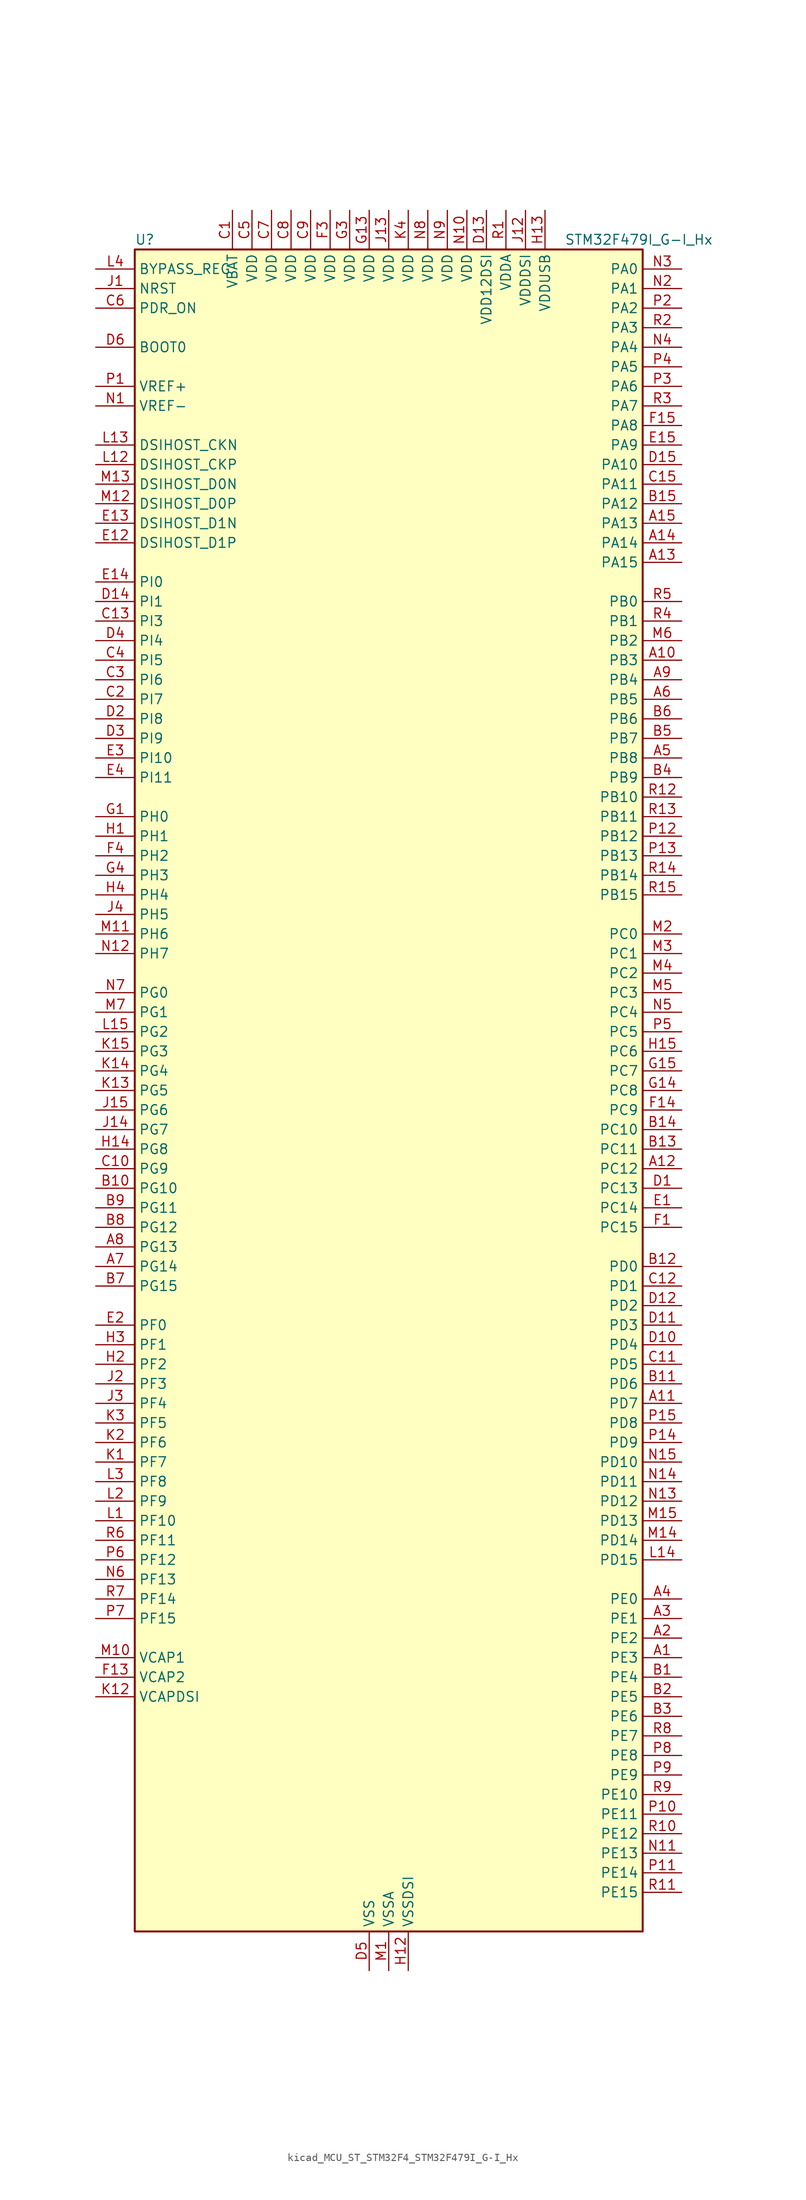
<source format=kicad_sym>
(kicad_symbol_lib
  (version 20220914)
  (generator kicad_symbol_editor)
  (symbol "kicad_MCU_ST_STM32F4_STM32F479I_G-I_Hx"
    (property "Reference" "U"
      (at -33.02 110.49 0)
      (effects (font (size 1.27 1.27)) (justify left)))
    (property "Value" "STM32F479I_G-I_Hx"
      (at 22.86 110.49 0)
      (effects (font (size 1.27 1.27)) (justify left)))
    (property "ki_locked" ""
      (at 0 0 0)
      (effects (font (size 1.27 1.27))))
    (symbol "kicad_MCU_ST_STM32F4_STM32F479I_G-I_Hx_0_1"
      (rectangle (start -33.02 -109.22) (end 33.02 109.22) (stroke (width 0.254) (type default)) (fill (type background))))
    (symbol "kicad_MCU_ST_STM32F4_STM32F479I_G-I_Hx_1_1"
      (pin bidirectional line (at 38.1 -73.66 180) (length 5.08) (name "PE3" (effects (font (size 1.27 1.27)))) (number "A1" (effects (font (size 1.27 1.27)))) (alternate "FMC_A19" bidirectional line) (alternate "SAI1_SD_B" bidirectional line) (alternate "SYS_TRACED0" bidirectional line))
      (pin bidirectional line (at 38.1 55.88 180) (length 5.08) (name "PB3" (effects (font (size 1.27 1.27)))) (number "A10" (effects (font (size 1.27 1.27)))) (alternate "I2S3_CK" bidirectional line) (alternate "SPI1_SCK" bidirectional line) (alternate "SPI3_SCK" bidirectional line) (alternate "SYS_JTDO-SWO" bidirectional line) (alternate "TIM2_CH2" bidirectional line))
      (pin bidirectional line (at 38.1 -40.64 180) (length 5.08) (name "PD7" (effects (font (size 1.27 1.27)))) (number "A11" (effects (font (size 1.27 1.27)))) (alternate "FMC_NE1" bidirectional line) (alternate "USART2_CK" bidirectional line))
      (pin bidirectional line (at 38.1 -10.16 180) (length 5.08) (name "PC12" (effects (font (size 1.27 1.27)))) (number "A12" (effects (font (size 1.27 1.27)))) (alternate "DCMI_D9" bidirectional line) (alternate "I2S3_SD" bidirectional line) (alternate "SDIO_CK" bidirectional line) (alternate "SPI3_MOSI" bidirectional line) (alternate "SYS_TRACED3" bidirectional line) (alternate "UART5_TX" bidirectional line) (alternate "USART3_CK" bidirectional line))
      (pin bidirectional line (at 38.1 68.58 180) (length 5.08) (name "PA15" (effects (font (size 1.27 1.27)))) (number "A13" (effects (font (size 1.27 1.27)))) (alternate "ADC1_EXTI15" bidirectional line) (alternate "ADC2_EXTI15" bidirectional line) (alternate "ADC3_EXTI15" bidirectional line) (alternate "I2S3_WS" bidirectional line) (alternate "SPI1_NSS" bidirectional line) (alternate "SPI3_NSS" bidirectional line) (alternate "SYS_JTDI" bidirectional line) (alternate "TIM2_CH1" bidirectional line) (alternate "TIM2_ETR" bidirectional line))
      (pin bidirectional line (at 38.1 71.12 180) (length 5.08) (name "PA14" (effects (font (size 1.27 1.27)))) (number "A14" (effects (font (size 1.27 1.27)))) (alternate "SYS_JTCK-SWCLK" bidirectional line))
      (pin bidirectional line (at 38.1 73.66 180) (length 5.08) (name "PA13" (effects (font (size 1.27 1.27)))) (number "A15" (effects (font (size 1.27 1.27)))) (alternate "SYS_JTMS-SWDIO" bidirectional line))
      (pin bidirectional line (at 38.1 -71.12 180) (length 5.08) (name "PE2" (effects (font (size 1.27 1.27)))) (number "A2" (effects (font (size 1.27 1.27)))) (alternate "ETH_TXD3" bidirectional line) (alternate "FMC_A23" bidirectional line) (alternate "QUADSPI_BK1_IO2" bidirectional line) (alternate "SAI1_MCLK_A" bidirectional line) (alternate "SPI4_SCK" bidirectional line) (alternate "SYS_TRACECLK" bidirectional line))
      (pin bidirectional line (at 38.1 -68.58 180) (length 5.08) (name "PE1" (effects (font (size 1.27 1.27)))) (number "A3" (effects (font (size 1.27 1.27)))) (alternate "DCMI_D3" bidirectional line) (alternate "FMC_NBL1" bidirectional line) (alternate "UART8_TX" bidirectional line))
      (pin bidirectional line (at 38.1 -66.04 180) (length 5.08) (name "PE0" (effects (font (size 1.27 1.27)))) (number "A4" (effects (font (size 1.27 1.27)))) (alternate "DCMI_D2" bidirectional line) (alternate "FMC_NBL0" bidirectional line) (alternate "TIM4_ETR" bidirectional line) (alternate "UART8_RX" bidirectional line))
      (pin bidirectional line (at 38.1 43.18 180) (length 5.08) (name "PB8" (effects (font (size 1.27 1.27)))) (number "A5" (effects (font (size 1.27 1.27)))) (alternate "CAN1_RX" bidirectional line) (alternate "DCMI_D6" bidirectional line) (alternate "ETH_TXD3" bidirectional line) (alternate "I2C1_SCL" bidirectional line) (alternate "LTDC_B6" bidirectional line) (alternate "SDIO_D4" bidirectional line) (alternate "TIM10_CH1" bidirectional line) (alternate "TIM4_CH3" bidirectional line))
      (pin bidirectional line (at 38.1 50.8 180) (length 5.08) (name "PB5" (effects (font (size 1.27 1.27)))) (number "A6" (effects (font (size 1.27 1.27)))) (alternate "CAN2_RX" bidirectional line) (alternate "DCMI_D10" bidirectional line) (alternate "ETH_PPS_OUT" bidirectional line) (alternate "FMC_SDCKE1" bidirectional line) (alternate "I2C1_SMBA" bidirectional line) (alternate "I2S3_SD" bidirectional line) (alternate "LTDC_G7" bidirectional line) (alternate "SPI1_MOSI" bidirectional line) (alternate "SPI3_MOSI" bidirectional line) (alternate "TIM3_CH2" bidirectional line) (alternate "USB_OTG_HS_ULPI_D7" bidirectional line))
      (pin bidirectional line (at -38.1 -22.86 0) (length 5.08) (name "PG14" (effects (font (size 1.27 1.27)))) (number "A7" (effects (font (size 1.27 1.27)))) (alternate "ETH_TXD1" bidirectional line) (alternate "FMC_A25" bidirectional line) (alternate "LTDC_B0" bidirectional line) (alternate "QUADSPI_BK2_IO3" bidirectional line) (alternate "SPI6_MOSI" bidirectional line) (alternate "SYS_TRACED1" bidirectional line) (alternate "USART6_TX" bidirectional line))
      (pin bidirectional line (at -38.1 -20.32 0) (length 5.08) (name "PG13" (effects (font (size 1.27 1.27)))) (number "A8" (effects (font (size 1.27 1.27)))) (alternate "ETH_TXD0" bidirectional line) (alternate "FMC_A24" bidirectional line) (alternate "LTDC_R0" bidirectional line) (alternate "SPI6_SCK" bidirectional line) (alternate "SYS_TRACED0" bidirectional line) (alternate "USART6_CTS" bidirectional line))
      (pin bidirectional line (at 38.1 53.34 180) (length 5.08) (name "PB4" (effects (font (size 1.27 1.27)))) (number "A9" (effects (font (size 1.27 1.27)))) (alternate "I2S3_ext_SD" bidirectional line) (alternate "SPI1_MISO" bidirectional line) (alternate "SPI3_MISO" bidirectional line) (alternate "SYS_JTRST" bidirectional line) (alternate "TIM3_CH1" bidirectional line))
      (pin bidirectional line (at 38.1 -76.2 180) (length 5.08) (name "PE4" (effects (font (size 1.27 1.27)))) (number "B1" (effects (font (size 1.27 1.27)))) (alternate "DCMI_D4" bidirectional line) (alternate "FMC_A20" bidirectional line) (alternate "LTDC_B0" bidirectional line) (alternate "SAI1_FS_A" bidirectional line) (alternate "SPI4_NSS" bidirectional line) (alternate "SYS_TRACED1" bidirectional line))
      (pin bidirectional line (at -38.1 -12.7 0) (length 5.08) (name "PG10" (effects (font (size 1.27 1.27)))) (number "B10" (effects (font (size 1.27 1.27)))) (alternate "DCMI_D2" bidirectional line) (alternate "FMC_NE3" bidirectional line) (alternate "LTDC_B2" bidirectional line) (alternate "LTDC_G3" bidirectional line))
      (pin bidirectional line (at 38.1 -38.1 180) (length 5.08) (name "PD6" (effects (font (size 1.27 1.27)))) (number "B11" (effects (font (size 1.27 1.27)))) (alternate "DCMI_D10" bidirectional line) (alternate "FMC_NWAIT" bidirectional line) (alternate "I2S3_SD" bidirectional line) (alternate "LTDC_B2" bidirectional line) (alternate "SAI1_SD_A" bidirectional line) (alternate "SPI3_MOSI" bidirectional line) (alternate "USART2_RX" bidirectional line))
      (pin bidirectional line (at 38.1 -22.86 180) (length 5.08) (name "PD0" (effects (font (size 1.27 1.27)))) (number "B12" (effects (font (size 1.27 1.27)))) (alternate "CAN1_RX" bidirectional line) (alternate "FMC_D2" bidirectional line) (alternate "FMC_DA2" bidirectional line))
      (pin bidirectional line (at 38.1 -7.62 180) (length 5.08) (name "PC11" (effects (font (size 1.27 1.27)))) (number "B13" (effects (font (size 1.27 1.27)))) (alternate "ADC1_EXTI11" bidirectional line) (alternate "ADC2_EXTI11" bidirectional line) (alternate "ADC3_EXTI11" bidirectional line) (alternate "DCMI_D4" bidirectional line) (alternate "I2S3_ext_SD" bidirectional line) (alternate "QUADSPI_BK2_NCS" bidirectional line) (alternate "SDIO_D3" bidirectional line) (alternate "SPI3_MISO" bidirectional line) (alternate "UART4_RX" bidirectional line) (alternate "USART3_RX" bidirectional line))
      (pin bidirectional line (at 38.1 -5.08 180) (length 5.08) (name "PC10" (effects (font (size 1.27 1.27)))) (number "B14" (effects (font (size 1.27 1.27)))) (alternate "DCMI_D8" bidirectional line) (alternate "I2S3_CK" bidirectional line) (alternate "LTDC_R2" bidirectional line) (alternate "QUADSPI_BK1_IO1" bidirectional line) (alternate "SDIO_D2" bidirectional line) (alternate "SPI3_SCK" bidirectional line) (alternate "UART4_TX" bidirectional line) (alternate "USART3_TX" bidirectional line))
      (pin bidirectional line (at 38.1 76.2 180) (length 5.08) (name "PA12" (effects (font (size 1.27 1.27)))) (number "B15" (effects (font (size 1.27 1.27)))) (alternate "CAN1_TX" bidirectional line) (alternate "LTDC_R5" bidirectional line) (alternate "TIM1_ETR" bidirectional line) (alternate "USART1_RTS" bidirectional line) (alternate "USB_OTG_FS_DP" bidirectional line))
      (pin bidirectional line (at 38.1 -78.74 180) (length 5.08) (name "PE5" (effects (font (size 1.27 1.27)))) (number "B2" (effects (font (size 1.27 1.27)))) (alternate "DCMI_D6" bidirectional line) (alternate "FMC_A21" bidirectional line) (alternate "LTDC_G0" bidirectional line) (alternate "SAI1_SCK_A" bidirectional line) (alternate "SPI4_MISO" bidirectional line) (alternate "SYS_TRACED2" bidirectional line) (alternate "TIM9_CH1" bidirectional line))
      (pin bidirectional line (at 38.1 -81.28 180) (length 5.08) (name "PE6" (effects (font (size 1.27 1.27)))) (number "B3" (effects (font (size 1.27 1.27)))) (alternate "DCMI_D7" bidirectional line) (alternate "FMC_A22" bidirectional line) (alternate "LTDC_G1" bidirectional line) (alternate "SAI1_SD_A" bidirectional line) (alternate "SPI4_MOSI" bidirectional line) (alternate "SYS_TRACED3" bidirectional line) (alternate "TIM9_CH2" bidirectional line))
      (pin bidirectional line (at 38.1 40.64 180) (length 5.08) (name "PB9" (effects (font (size 1.27 1.27)))) (number "B4" (effects (font (size 1.27 1.27)))) (alternate "CAN1_TX" bidirectional line) (alternate "DAC_EXTI9" bidirectional line) (alternate "DCMI_D7" bidirectional line) (alternate "I2C1_SDA" bidirectional line) (alternate "I2S2_WS" bidirectional line) (alternate "LTDC_B7" bidirectional line) (alternate "SDIO_D5" bidirectional line) (alternate "SPI2_NSS" bidirectional line) (alternate "TIM11_CH1" bidirectional line) (alternate "TIM4_CH4" bidirectional line))
      (pin bidirectional line (at 38.1 45.72 180) (length 5.08) (name "PB7" (effects (font (size 1.27 1.27)))) (number "B5" (effects (font (size 1.27 1.27)))) (alternate "DCMI_VSYNC" bidirectional line) (alternate "FMC_NL" bidirectional line) (alternate "I2C1_SDA" bidirectional line) (alternate "TIM4_CH2" bidirectional line) (alternate "USART1_RX" bidirectional line))
      (pin bidirectional line (at 38.1 48.26 180) (length 5.08) (name "PB6" (effects (font (size 1.27 1.27)))) (number "B6" (effects (font (size 1.27 1.27)))) (alternate "CAN2_TX" bidirectional line) (alternate "DCMI_D5" bidirectional line) (alternate "FMC_SDNE1" bidirectional line) (alternate "I2C1_SCL" bidirectional line) (alternate "QUADSPI_BK1_NCS" bidirectional line) (alternate "TIM4_CH1" bidirectional line) (alternate "USART1_TX" bidirectional line))
      (pin bidirectional line (at -38.1 -25.4 0) (length 5.08) (name "PG15" (effects (font (size 1.27 1.27)))) (number "B7" (effects (font (size 1.27 1.27)))) (alternate "ADC1_EXTI15" bidirectional line) (alternate "ADC2_EXTI15" bidirectional line) (alternate "ADC3_EXTI15" bidirectional line) (alternate "DCMI_D13" bidirectional line) (alternate "FMC_SDNCAS" bidirectional line) (alternate "USART6_CTS" bidirectional line))
      (pin bidirectional line (at -38.1 -17.78 0) (length 5.08) (name "PG12" (effects (font (size 1.27 1.27)))) (number "B8" (effects (font (size 1.27 1.27)))) (alternate "FMC_NE4" bidirectional line) (alternate "LTDC_B1" bidirectional line) (alternate "LTDC_B4" bidirectional line) (alternate "SPI6_MISO" bidirectional line) (alternate "USART6_RTS" bidirectional line))
      (pin bidirectional line (at -38.1 -15.24 0) (length 5.08) (name "PG11" (effects (font (size 1.27 1.27)))) (number "B9" (effects (font (size 1.27 1.27)))) (alternate "ADC1_EXTI11" bidirectional line) (alternate "ADC2_EXTI11" bidirectional line) (alternate "ADC3_EXTI11" bidirectional line) (alternate "DCMI_D3" bidirectional line) (alternate "ETH_TX_EN" bidirectional line) (alternate "LTDC_B3" bidirectional line))
      (pin power_in line (at -20.32 114.3 270) (length 5.08) (name "VBAT" (effects (font (size 1.27 1.27)))) (number "C1" (effects (font (size 1.27 1.27)))))
      (pin bidirectional line (at -38.1 -10.16 0) (length 5.08) (name "PG9" (effects (font (size 1.27 1.27)))) (number "C10" (effects (font (size 1.27 1.27)))) (alternate "DAC_EXTI9" bidirectional line) (alternate "DCMI_VSYNC" bidirectional line) (alternate "FMC_NCE" bidirectional line) (alternate "FMC_NE2" bidirectional line) (alternate "QUADSPI_BK2_IO2" bidirectional line) (alternate "USART6_RX" bidirectional line))
      (pin bidirectional line (at 38.1 -35.56 180) (length 5.08) (name "PD5" (effects (font (size 1.27 1.27)))) (number "C11" (effects (font (size 1.27 1.27)))) (alternate "FMC_NWE" bidirectional line) (alternate "USART2_TX" bidirectional line))
      (pin bidirectional line (at 38.1 -25.4 180) (length 5.08) (name "PD1" (effects (font (size 1.27 1.27)))) (number "C12" (effects (font (size 1.27 1.27)))) (alternate "CAN1_TX" bidirectional line) (alternate "FMC_D3" bidirectional line) (alternate "FMC_DA3" bidirectional line))
      (pin bidirectional line (at -38.1 60.96 0) (length 5.08) (name "PI3" (effects (font (size 1.27 1.27)))) (number "C13" (effects (font (size 1.27 1.27)))) (alternate "DCMI_D10" bidirectional line) (alternate "FMC_D27" bidirectional line) (alternate "I2S2_SD" bidirectional line) (alternate "SPI2_MOSI" bidirectional line) (alternate "TIM8_ETR" bidirectional line))
      (pin no_connect line (at -33.02 -109.22 0) (length 5.08) hide (name "NC" (effects (font (size 1.27 1.27)))) (number "C14" (effects (font (size 1.27 1.27)))))
      (pin bidirectional line (at 38.1 78.74 180) (length 5.08) (name "PA11" (effects (font (size 1.27 1.27)))) (number "C15" (effects (font (size 1.27 1.27)))) (alternate "ADC1_EXTI11" bidirectional line) (alternate "ADC2_EXTI11" bidirectional line) (alternate "ADC3_EXTI11" bidirectional line) (alternate "CAN1_RX" bidirectional line) (alternate "LTDC_R4" bidirectional line) (alternate "TIM1_CH4" bidirectional line) (alternate "USART1_CTS" bidirectional line) (alternate "USB_OTG_FS_DM" bidirectional line))
      (pin bidirectional line (at -38.1 50.8 0) (length 5.08) (name "PI7" (effects (font (size 1.27 1.27)))) (number "C2" (effects (font (size 1.27 1.27)))) (alternate "DCMI_D7" bidirectional line) (alternate "FMC_D29" bidirectional line) (alternate "LTDC_B7" bidirectional line) (alternate "TIM8_CH3" bidirectional line))
      (pin bidirectional line (at -38.1 53.34 0) (length 5.08) (name "PI6" (effects (font (size 1.27 1.27)))) (number "C3" (effects (font (size 1.27 1.27)))) (alternate "DCMI_D6" bidirectional line) (alternate "FMC_D28" bidirectional line) (alternate "LTDC_B6" bidirectional line) (alternate "TIM8_CH2" bidirectional line))
      (pin bidirectional line (at -38.1 55.88 0) (length 5.08) (name "PI5" (effects (font (size 1.27 1.27)))) (number "C4" (effects (font (size 1.27 1.27)))) (alternate "DCMI_VSYNC" bidirectional line) (alternate "FMC_NBL3" bidirectional line) (alternate "LTDC_B5" bidirectional line) (alternate "TIM8_CH1" bidirectional line))
      (pin power_in line (at -17.78 114.3 270) (length 5.08) (name "VDD" (effects (font (size 1.27 1.27)))) (number "C5" (effects (font (size 1.27 1.27)))))
      (pin input line (at -38.1 101.6 0) (length 5.08) (name "PDR_ON" (effects (font (size 1.27 1.27)))) (number "C6" (effects (font (size 1.27 1.27)))))
      (pin power_in line (at -15.24 114.3 270) (length 5.08) (name "VDD" (effects (font (size 1.27 1.27)))) (number "C7" (effects (font (size 1.27 1.27)))))
      (pin power_in line (at -12.7 114.3 270) (length 5.08) (name "VDD" (effects (font (size 1.27 1.27)))) (number "C8" (effects (font (size 1.27 1.27)))))
      (pin power_in line (at -10.16 114.3 270) (length 5.08) (name "VDD" (effects (font (size 1.27 1.27)))) (number "C9" (effects (font (size 1.27 1.27)))))
      (pin bidirectional line (at 38.1 -12.7 180) (length 5.08) (name "PC13" (effects (font (size 1.27 1.27)))) (number "D1" (effects (font (size 1.27 1.27)))) (alternate "RTC_AF1" bidirectional line))
      (pin bidirectional line (at 38.1 -33.02 180) (length 5.08) (name "PD4" (effects (font (size 1.27 1.27)))) (number "D10" (effects (font (size 1.27 1.27)))) (alternate "FMC_NOE" bidirectional line) (alternate "USART2_RTS" bidirectional line))
      (pin bidirectional line (at 38.1 -30.48 180) (length 5.08) (name "PD3" (effects (font (size 1.27 1.27)))) (number "D11" (effects (font (size 1.27 1.27)))) (alternate "DCMI_D5" bidirectional line) (alternate "FMC_CLK" bidirectional line) (alternate "I2S2_CK" bidirectional line) (alternate "LTDC_G7" bidirectional line) (alternate "SPI2_SCK" bidirectional line) (alternate "USART2_CTS" bidirectional line))
      (pin bidirectional line (at 38.1 -27.94 180) (length 5.08) (name "PD2" (effects (font (size 1.27 1.27)))) (number "D12" (effects (font (size 1.27 1.27)))) (alternate "DCMI_D11" bidirectional line) (alternate "SDIO_CMD" bidirectional line) (alternate "SYS_TRACED2" bidirectional line) (alternate "TIM3_ETR" bidirectional line) (alternate "UART5_RX" bidirectional line))
      (pin power_in line (at 12.7 114.3 270) (length 5.08) (name "VDD12DSI" (effects (font (size 1.27 1.27)))) (number "D13" (effects (font (size 1.27 1.27)))))
      (pin bidirectional line (at -38.1 63.5 0) (length 5.08) (name "PI1" (effects (font (size 1.27 1.27)))) (number "D14" (effects (font (size 1.27 1.27)))) (alternate "DCMI_D8" bidirectional line) (alternate "FMC_D25" bidirectional line) (alternate "I2S2_CK" bidirectional line) (alternate "LTDC_G6" bidirectional line) (alternate "SPI2_SCK" bidirectional line))
      (pin bidirectional line (at 38.1 81.28 180) (length 5.08) (name "PA10" (effects (font (size 1.27 1.27)))) (number "D15" (effects (font (size 1.27 1.27)))) (alternate "DCMI_D1" bidirectional line) (alternate "TIM1_CH3" bidirectional line) (alternate "USART1_RX" bidirectional line) (alternate "USB_OTG_FS_ID" bidirectional line))
      (pin bidirectional line (at -38.1 48.26 0) (length 5.08) (name "PI8" (effects (font (size 1.27 1.27)))) (number "D2" (effects (font (size 1.27 1.27)))) (alternate "RTC_AF1" bidirectional line) (alternate "RTC_AF2" bidirectional line))
      (pin bidirectional line (at -38.1 45.72 0) (length 5.08) (name "PI9" (effects (font (size 1.27 1.27)))) (number "D3" (effects (font (size 1.27 1.27)))) (alternate "CAN1_RX" bidirectional line) (alternate "DAC_EXTI9" bidirectional line) (alternate "FMC_D30" bidirectional line) (alternate "LTDC_VSYNC" bidirectional line))
      (pin bidirectional line (at -38.1 58.42 0) (length 5.08) (name "PI4" (effects (font (size 1.27 1.27)))) (number "D4" (effects (font (size 1.27 1.27)))) (alternate "DCMI_D5" bidirectional line) (alternate "FMC_NBL2" bidirectional line) (alternate "LTDC_B4" bidirectional line) (alternate "TIM8_BKIN" bidirectional line))
      (pin power_in line (at -2.54 -114.3 90) (length 5.08) (name "VSS" (effects (font (size 1.27 1.27)))) (number "D5" (effects (font (size 1.27 1.27)))))
      (pin input line (at -38.1 96.52 0) (length 5.08) (name "BOOT0" (effects (font (size 1.27 1.27)))) (number "D6" (effects (font (size 1.27 1.27)))))
      (pin passive line (at -2.54 -114.3 90) (length 5.08) hide (name "VSS" (effects (font (size 1.27 1.27)))) (number "D7" (effects (font (size 1.27 1.27)))))
      (pin passive line (at -2.54 -114.3 90) (length 5.08) hide (name "VSS" (effects (font (size 1.27 1.27)))) (number "D8" (effects (font (size 1.27 1.27)))))
      (pin passive line (at -2.54 -114.3 90) (length 5.08) hide (name "VSS" (effects (font (size 1.27 1.27)))) (number "D9" (effects (font (size 1.27 1.27)))))
      (pin bidirectional line (at 38.1 -15.24 180) (length 5.08) (name "PC14" (effects (font (size 1.27 1.27)))) (number "E1" (effects (font (size 1.27 1.27)))) (alternate "RCC_OSC32_IN" bidirectional line))
      (pin bidirectional line (at -38.1 71.12 0) (length 5.08) (name "DSIHOST_D1P" (effects (font (size 1.27 1.27)))) (number "E12" (effects (font (size 1.27 1.27)))) (alternate "DSIHOST_D1P" bidirectional line))
      (pin bidirectional line (at -38.1 73.66 0) (length 5.08) (name "DSIHOST_D1N" (effects (font (size 1.27 1.27)))) (number "E13" (effects (font (size 1.27 1.27)))) (alternate "DSIHOST_D1N" bidirectional line))
      (pin bidirectional line (at -38.1 66.04 0) (length 5.08) (name "PI0" (effects (font (size 1.27 1.27)))) (number "E14" (effects (font (size 1.27 1.27)))) (alternate "DCMI_D13" bidirectional line) (alternate "FMC_D24" bidirectional line) (alternate "I2S2_WS" bidirectional line) (alternate "LTDC_G5" bidirectional line) (alternate "SPI2_NSS" bidirectional line) (alternate "TIM5_CH4" bidirectional line))
      (pin bidirectional line (at 38.1 83.82 180) (length 5.08) (name "PA9" (effects (font (size 1.27 1.27)))) (number "E15" (effects (font (size 1.27 1.27)))) (alternate "DAC_EXTI9" bidirectional line) (alternate "DCMI_D0" bidirectional line) (alternate "I2C3_SMBA" bidirectional line) (alternate "I2S2_CK" bidirectional line) (alternate "SPI2_SCK" bidirectional line) (alternate "TIM1_CH2" bidirectional line) (alternate "USART1_TX" bidirectional line) (alternate "USB_OTG_FS_VBUS" bidirectional line))
      (pin bidirectional line (at -38.1 -30.48 0) (length 5.08) (name "PF0" (effects (font (size 1.27 1.27)))) (number "E2" (effects (font (size 1.27 1.27)))) (alternate "FMC_A0" bidirectional line) (alternate "I2C2_SDA" bidirectional line))
      (pin bidirectional line (at -38.1 43.18 0) (length 5.08) (name "PI10" (effects (font (size 1.27 1.27)))) (number "E3" (effects (font (size 1.27 1.27)))) (alternate "ETH_RX_ER" bidirectional line) (alternate "FMC_D31" bidirectional line) (alternate "LTDC_HSYNC" bidirectional line))
      (pin bidirectional line (at -38.1 40.64 0) (length 5.08) (name "PI11" (effects (font (size 1.27 1.27)))) (number "E4" (effects (font (size 1.27 1.27)))) (alternate "ADC1_EXTI11" bidirectional line) (alternate "ADC2_EXTI11" bidirectional line) (alternate "ADC3_EXTI11" bidirectional line) (alternate "LTDC_G6" bidirectional line) (alternate "USB_OTG_HS_ULPI_DIR" bidirectional line))
      (pin bidirectional line (at 38.1 -17.78 180) (length 5.08) (name "PC15" (effects (font (size 1.27 1.27)))) (number "F1" (effects (font (size 1.27 1.27)))) (alternate "ADC1_EXTI15" bidirectional line) (alternate "ADC2_EXTI15" bidirectional line) (alternate "ADC3_EXTI15" bidirectional line) (alternate "RCC_OSC32_OUT" bidirectional line))
      (pin passive line (at -2.54 -114.3 90) (length 5.08) hide (name "VSS" (effects (font (size 1.27 1.27)))) (number "F10" (effects (font (size 1.27 1.27)))))
      (pin passive line (at -2.54 -114.3 90) (length 5.08) hide (name "VSS" (effects (font (size 1.27 1.27)))) (number "F12" (effects (font (size 1.27 1.27)))))
      (pin power_out line (at -38.1 -76.2 0) (length 5.08) (name "VCAP2" (effects (font (size 1.27 1.27)))) (number "F13" (effects (font (size 1.27 1.27)))))
      (pin bidirectional line (at 38.1 -2.54 180) (length 5.08) (name "PC9" (effects (font (size 1.27 1.27)))) (number "F14" (effects (font (size 1.27 1.27)))) (alternate "DAC_EXTI9" bidirectional line) (alternate "DCMI_D3" bidirectional line) (alternate "I2C3_SDA" bidirectional line) (alternate "I2S_CKIN" bidirectional line) (alternate "QUADSPI_BK1_IO0" bidirectional line) (alternate "RCC_MCO_2" bidirectional line) (alternate "SDIO_D1" bidirectional line) (alternate "TIM3_CH4" bidirectional line) (alternate "TIM8_CH4" bidirectional line))
      (pin bidirectional line (at 38.1 86.36 180) (length 5.08) (name "PA8" (effects (font (size 1.27 1.27)))) (number "F15" (effects (font (size 1.27 1.27)))) (alternate "I2C3_SCL" bidirectional line) (alternate "LTDC_R6" bidirectional line) (alternate "RCC_MCO_1" bidirectional line) (alternate "TIM1_CH1" bidirectional line) (alternate "USART1_CK" bidirectional line) (alternate "USB_OTG_FS_SOF" bidirectional line))
      (pin passive line (at -2.54 -114.3 90) (length 5.08) hide (name "VSS" (effects (font (size 1.27 1.27)))) (number "F2" (effects (font (size 1.27 1.27)))))
      (pin power_in line (at -7.62 114.3 270) (length 5.08) (name "VDD" (effects (font (size 1.27 1.27)))) (number "F3" (effects (font (size 1.27 1.27)))))
      (pin bidirectional line (at -38.1 30.48 0) (length 5.08) (name "PH2" (effects (font (size 1.27 1.27)))) (number "F4" (effects (font (size 1.27 1.27)))) (alternate "ETH_CRS" bidirectional line) (alternate "FMC_SDCKE0" bidirectional line) (alternate "LTDC_R0" bidirectional line) (alternate "QUADSPI_BK2_IO0" bidirectional line))
      (pin passive line (at -2.54 -114.3 90) (length 5.08) hide (name "VSS" (effects (font (size 1.27 1.27)))) (number "F6" (effects (font (size 1.27 1.27)))))
      (pin passive line (at -2.54 -114.3 90) (length 5.08) hide (name "VSS" (effects (font (size 1.27 1.27)))) (number "F7" (effects (font (size 1.27 1.27)))))
      (pin passive line (at -2.54 -114.3 90) (length 5.08) hide (name "VSS" (effects (font (size 1.27 1.27)))) (number "F8" (effects (font (size 1.27 1.27)))))
      (pin passive line (at -2.54 -114.3 90) (length 5.08) hide (name "VSS" (effects (font (size 1.27 1.27)))) (number "F9" (effects (font (size 1.27 1.27)))))
      (pin bidirectional line (at -38.1 35.56 0) (length 5.08) (name "PH0" (effects (font (size 1.27 1.27)))) (number "G1" (effects (font (size 1.27 1.27)))) (alternate "RCC_OSC_IN" bidirectional line))
      (pin passive line (at -2.54 -114.3 90) (length 5.08) hide (name "VSS" (effects (font (size 1.27 1.27)))) (number "G10" (effects (font (size 1.27 1.27)))))
      (pin passive line (at -2.54 -114.3 90) (length 5.08) hide (name "VSS" (effects (font (size 1.27 1.27)))) (number "G12" (effects (font (size 1.27 1.27)))))
      (pin power_in line (at -2.54 114.3 270) (length 5.08) (name "VDD" (effects (font (size 1.27 1.27)))) (number "G13" (effects (font (size 1.27 1.27)))))
      (pin bidirectional line (at 38.1 0 180) (length 5.08) (name "PC8" (effects (font (size 1.27 1.27)))) (number "G14" (effects (font (size 1.27 1.27)))) (alternate "DCMI_D2" bidirectional line) (alternate "SDIO_D0" bidirectional line) (alternate "SYS_TRACED1" bidirectional line) (alternate "TIM3_CH3" bidirectional line) (alternate "TIM8_CH3" bidirectional line) (alternate "USART6_CK" bidirectional line))
      (pin bidirectional line (at 38.1 2.54 180) (length 5.08) (name "PC7" (effects (font (size 1.27 1.27)))) (number "G15" (effects (font (size 1.27 1.27)))) (alternate "DCMI_D1" bidirectional line) (alternate "I2S3_MCK" bidirectional line) (alternate "LTDC_G6" bidirectional line) (alternate "SDIO_D7" bidirectional line) (alternate "TIM3_CH2" bidirectional line) (alternate "TIM8_CH2" bidirectional line) (alternate "USART6_RX" bidirectional line))
      (pin passive line (at -2.54 -114.3 90) (length 5.08) hide (name "VSS" (effects (font (size 1.27 1.27)))) (number "G2" (effects (font (size 1.27 1.27)))))
      (pin power_in line (at -5.08 114.3 270) (length 5.08) (name "VDD" (effects (font (size 1.27 1.27)))) (number "G3" (effects (font (size 1.27 1.27)))))
      (pin bidirectional line (at -38.1 27.94 0) (length 5.08) (name "PH3" (effects (font (size 1.27 1.27)))) (number "G4" (effects (font (size 1.27 1.27)))) (alternate "ETH_COL" bidirectional line) (alternate "FMC_SDNE0" bidirectional line) (alternate "LTDC_R1" bidirectional line) (alternate "QUADSPI_BK2_IO1" bidirectional line))
      (pin passive line (at -2.54 -114.3 90) (length 5.08) hide (name "VSS" (effects (font (size 1.27 1.27)))) (number "G6" (effects (font (size 1.27 1.27)))))
      (pin passive line (at -2.54 -114.3 90) (length 5.08) hide (name "VSS" (effects (font (size 1.27 1.27)))) (number "G7" (effects (font (size 1.27 1.27)))))
      (pin passive line (at -2.54 -114.3 90) (length 5.08) hide (name "VSS" (effects (font (size 1.27 1.27)))) (number "G8" (effects (font (size 1.27 1.27)))))
      (pin passive line (at -2.54 -114.3 90) (length 5.08) hide (name "VSS" (effects (font (size 1.27 1.27)))) (number "G9" (effects (font (size 1.27 1.27)))))
      (pin bidirectional line (at -38.1 33.02 0) (length 5.08) (name "PH1" (effects (font (size 1.27 1.27)))) (number "H1" (effects (font (size 1.27 1.27)))) (alternate "RCC_OSC_OUT" bidirectional line))
      (pin passive line (at -2.54 -114.3 90) (length 5.08) hide (name "VSS" (effects (font (size 1.27 1.27)))) (number "H10" (effects (font (size 1.27 1.27)))))
      (pin power_in line (at 2.54 -114.3 90) (length 5.08) (name "VSSDSI" (effects (font (size 1.27 1.27)))) (number "H12" (effects (font (size 1.27 1.27)))))
      (pin power_in line (at 20.32 114.3 270) (length 5.08) (name "VDDUSB" (effects (font (size 1.27 1.27)))) (number "H13" (effects (font (size 1.27 1.27)))))
      (pin bidirectional line (at -38.1 -7.62 0) (length 5.08) (name "PG8" (effects (font (size 1.27 1.27)))) (number "H14" (effects (font (size 1.27 1.27)))) (alternate "ETH_PPS_OUT" bidirectional line) (alternate "FMC_SDCLK" bidirectional line) (alternate "LTDC_G7" bidirectional line) (alternate "SPI6_NSS" bidirectional line) (alternate "USART6_RTS" bidirectional line))
      (pin bidirectional line (at 38.1 5.08 180) (length 5.08) (name "PC6" (effects (font (size 1.27 1.27)))) (number "H15" (effects (font (size 1.27 1.27)))) (alternate "DCMI_D0" bidirectional line) (alternate "I2S2_MCK" bidirectional line) (alternate "LTDC_HSYNC" bidirectional line) (alternate "SDIO_D6" bidirectional line) (alternate "TIM3_CH1" bidirectional line) (alternate "TIM8_CH1" bidirectional line) (alternate "USART6_TX" bidirectional line))
      (pin bidirectional line (at -38.1 -35.56 0) (length 5.08) (name "PF2" (effects (font (size 1.27 1.27)))) (number "H2" (effects (font (size 1.27 1.27)))) (alternate "FMC_A2" bidirectional line) (alternate "I2C2_SMBA" bidirectional line))
      (pin bidirectional line (at -38.1 -33.02 0) (length 5.08) (name "PF1" (effects (font (size 1.27 1.27)))) (number "H3" (effects (font (size 1.27 1.27)))) (alternate "FMC_A1" bidirectional line) (alternate "I2C2_SCL" bidirectional line))
      (pin bidirectional line (at -38.1 25.4 0) (length 5.08) (name "PH4" (effects (font (size 1.27 1.27)))) (number "H4" (effects (font (size 1.27 1.27)))) (alternate "I2C2_SCL" bidirectional line) (alternate "LTDC_G4" bidirectional line) (alternate "LTDC_G5" bidirectional line) (alternate "USB_OTG_HS_ULPI_NXT" bidirectional line))
      (pin passive line (at -2.54 -114.3 90) (length 5.08) hide (name "VSS" (effects (font (size 1.27 1.27)))) (number "H6" (effects (font (size 1.27 1.27)))))
      (pin passive line (at -2.54 -114.3 90) (length 5.08) hide (name "VSS" (effects (font (size 1.27 1.27)))) (number "H7" (effects (font (size 1.27 1.27)))))
      (pin passive line (at -2.54 -114.3 90) (length 5.08) hide (name "VSS" (effects (font (size 1.27 1.27)))) (number "H8" (effects (font (size 1.27 1.27)))))
      (pin passive line (at -2.54 -114.3 90) (length 5.08) hide (name "VSS" (effects (font (size 1.27 1.27)))) (number "H9" (effects (font (size 1.27 1.27)))))
      (pin input line (at -38.1 104.14 0) (length 5.08) (name "NRST" (effects (font (size 1.27 1.27)))) (number "J1" (effects (font (size 1.27 1.27)))))
      (pin passive line (at -2.54 -114.3 90) (length 5.08) hide (name "VSS" (effects (font (size 1.27 1.27)))) (number "J10" (effects (font (size 1.27 1.27)))))
      (pin power_in line (at 17.78 114.3 270) (length 5.08) (name "VDDDSI" (effects (font (size 1.27 1.27)))) (number "J12" (effects (font (size 1.27 1.27)))))
      (pin power_in line (at 0 114.3 270) (length 5.08) (name "VDD" (effects (font (size 1.27 1.27)))) (number "J13" (effects (font (size 1.27 1.27)))))
      (pin bidirectional line (at -38.1 -5.08 0) (length 5.08) (name "PG7" (effects (font (size 1.27 1.27)))) (number "J14" (effects (font (size 1.27 1.27)))) (alternate "DCMI_D13" bidirectional line) (alternate "FMC_INT" bidirectional line) (alternate "LTDC_CLK" bidirectional line) (alternate "SAI1_MCLK_A" bidirectional line) (alternate "USART6_CK" bidirectional line))
      (pin bidirectional line (at -38.1 -2.54 0) (length 5.08) (name "PG6" (effects (font (size 1.27 1.27)))) (number "J15" (effects (font (size 1.27 1.27)))) (alternate "DCMI_D12" bidirectional line) (alternate "LTDC_R7" bidirectional line))
      (pin bidirectional line (at -38.1 -38.1 0) (length 5.08) (name "PF3" (effects (font (size 1.27 1.27)))) (number "J2" (effects (font (size 1.27 1.27)))) (alternate "ADC3_IN9" bidirectional line) (alternate "FMC_A3" bidirectional line))
      (pin bidirectional line (at -38.1 -40.64 0) (length 5.08) (name "PF4" (effects (font (size 1.27 1.27)))) (number "J3" (effects (font (size 1.27 1.27)))) (alternate "ADC3_IN14" bidirectional line) (alternate "FMC_A4" bidirectional line))
      (pin bidirectional line (at -38.1 22.86 0) (length 5.08) (name "PH5" (effects (font (size 1.27 1.27)))) (number "J4" (effects (font (size 1.27 1.27)))) (alternate "FMC_SDNWE" bidirectional line) (alternate "I2C2_SDA" bidirectional line) (alternate "SPI5_NSS" bidirectional line))
      (pin passive line (at -2.54 -114.3 90) (length 5.08) hide (name "VSS" (effects (font (size 1.27 1.27)))) (number "J6" (effects (font (size 1.27 1.27)))))
      (pin passive line (at -2.54 -114.3 90) (length 5.08) hide (name "VSS" (effects (font (size 1.27 1.27)))) (number "J7" (effects (font (size 1.27 1.27)))))
      (pin passive line (at -2.54 -114.3 90) (length 5.08) hide (name "VSS" (effects (font (size 1.27 1.27)))) (number "J8" (effects (font (size 1.27 1.27)))))
      (pin passive line (at -2.54 -114.3 90) (length 5.08) hide (name "VSS" (effects (font (size 1.27 1.27)))) (number "J9" (effects (font (size 1.27 1.27)))))
      (pin bidirectional line (at -38.1 -48.26 0) (length 5.08) (name "PF7" (effects (font (size 1.27 1.27)))) (number "K1" (effects (font (size 1.27 1.27)))) (alternate "ADC3_IN5" bidirectional line) (alternate "QUADSPI_BK1_IO2" bidirectional line) (alternate "SAI1_MCLK_B" bidirectional line) (alternate "SPI5_SCK" bidirectional line) (alternate "TIM11_CH1" bidirectional line) (alternate "UART7_TX" bidirectional line))
      (pin passive line (at -2.54 -114.3 90) (length 5.08) hide (name "VSS" (effects (font (size 1.27 1.27)))) (number "K10" (effects (font (size 1.27 1.27)))))
      (pin power_out line (at -38.1 -78.74 0) (length 5.08) (name "VCAPDSI" (effects (font (size 1.27 1.27)))) (number "K12" (effects (font (size 1.27 1.27)))))
      (pin bidirectional line (at -38.1 0 0) (length 5.08) (name "PG5" (effects (font (size 1.27 1.27)))) (number "K13" (effects (font (size 1.27 1.27)))) (alternate "FMC_A15" bidirectional line) (alternate "FMC_BA1" bidirectional line))
      (pin bidirectional line (at -38.1 2.54 0) (length 5.08) (name "PG4" (effects (font (size 1.27 1.27)))) (number "K14" (effects (font (size 1.27 1.27)))) (alternate "FMC_A14" bidirectional line) (alternate "FMC_BA0" bidirectional line))
      (pin bidirectional line (at -38.1 5.08 0) (length 5.08) (name "PG3" (effects (font (size 1.27 1.27)))) (number "K15" (effects (font (size 1.27 1.27)))) (alternate "FMC_A13" bidirectional line))
      (pin bidirectional line (at -38.1 -45.72 0) (length 5.08) (name "PF6" (effects (font (size 1.27 1.27)))) (number "K2" (effects (font (size 1.27 1.27)))) (alternate "ADC3_IN4" bidirectional line) (alternate "QUADSPI_BK1_IO3" bidirectional line) (alternate "SAI1_SD_B" bidirectional line) (alternate "SPI5_NSS" bidirectional line) (alternate "TIM10_CH1" bidirectional line) (alternate "UART7_RX" bidirectional line))
      (pin bidirectional line (at -38.1 -43.18 0) (length 5.08) (name "PF5" (effects (font (size 1.27 1.27)))) (number "K3" (effects (font (size 1.27 1.27)))) (alternate "ADC3_IN15" bidirectional line) (alternate "FMC_A5" bidirectional line))
      (pin power_in line (at 2.54 114.3 270) (length 5.08) (name "VDD" (effects (font (size 1.27 1.27)))) (number "K4" (effects (font (size 1.27 1.27)))))
      (pin passive line (at -2.54 -114.3 90) (length 5.08) hide (name "VSS" (effects (font (size 1.27 1.27)))) (number "K6" (effects (font (size 1.27 1.27)))))
      (pin passive line (at -2.54 -114.3 90) (length 5.08) hide (name "VSS" (effects (font (size 1.27 1.27)))) (number "K7" (effects (font (size 1.27 1.27)))))
      (pin passive line (at -2.54 -114.3 90) (length 5.08) hide (name "VSS" (effects (font (size 1.27 1.27)))) (number "K8" (effects (font (size 1.27 1.27)))))
      (pin passive line (at -2.54 -114.3 90) (length 5.08) hide (name "VSS" (effects (font (size 1.27 1.27)))) (number "K9" (effects (font (size 1.27 1.27)))))
      (pin bidirectional line (at -38.1 -55.88 0) (length 5.08) (name "PF10" (effects (font (size 1.27 1.27)))) (number "L1" (effects (font (size 1.27 1.27)))) (alternate "ADC3_IN8" bidirectional line) (alternate "DCMI_D11" bidirectional line) (alternate "LTDC_DE" bidirectional line) (alternate "QUADSPI_CLK" bidirectional line))
      (pin bidirectional line (at -38.1 81.28 0) (length 5.08) (name "DSIHOST_CKP" (effects (font (size 1.27 1.27)))) (number "L12" (effects (font (size 1.27 1.27)))) (alternate "DSIHOST_CKP" bidirectional line))
      (pin bidirectional line (at -38.1 83.82 0) (length 5.08) (name "DSIHOST_CKN" (effects (font (size 1.27 1.27)))) (number "L13" (effects (font (size 1.27 1.27)))) (alternate "DSIHOST_CKN" bidirectional line))
      (pin bidirectional line (at 38.1 -60.96 180) (length 5.08) (name "PD15" (effects (font (size 1.27 1.27)))) (number "L14" (effects (font (size 1.27 1.27)))) (alternate "ADC1_EXTI15" bidirectional line) (alternate "ADC2_EXTI15" bidirectional line) (alternate "ADC3_EXTI15" bidirectional line) (alternate "FMC_D1" bidirectional line) (alternate "FMC_DA1" bidirectional line) (alternate "TIM4_CH4" bidirectional line))
      (pin bidirectional line (at -38.1 7.62 0) (length 5.08) (name "PG2" (effects (font (size 1.27 1.27)))) (number "L15" (effects (font (size 1.27 1.27)))) (alternate "FMC_A12" bidirectional line))
      (pin bidirectional line (at -38.1 -53.34 0) (length 5.08) (name "PF9" (effects (font (size 1.27 1.27)))) (number "L2" (effects (font (size 1.27 1.27)))) (alternate "ADC3_IN7" bidirectional line) (alternate "DAC_EXTI9" bidirectional line) (alternate "QUADSPI_BK1_IO1" bidirectional line) (alternate "SAI1_FS_B" bidirectional line) (alternate "SPI5_MOSI" bidirectional line) (alternate "TIM14_CH1" bidirectional line))
      (pin bidirectional line (at -38.1 -50.8 0) (length 5.08) (name "PF8" (effects (font (size 1.27 1.27)))) (number "L3" (effects (font (size 1.27 1.27)))) (alternate "ADC3_IN6" bidirectional line) (alternate "QUADSPI_BK1_IO0" bidirectional line) (alternate "SAI1_SCK_B" bidirectional line) (alternate "SPI5_MISO" bidirectional line) (alternate "TIM13_CH1" bidirectional line))
      (pin input line (at -38.1 106.68 0) (length 5.08) (name "BYPASS_REG" (effects (font (size 1.27 1.27)))) (number "L4" (effects (font (size 1.27 1.27)))))
      (pin power_in line (at 0 -114.3 90) (length 5.08) (name "VSSA" (effects (font (size 1.27 1.27)))) (number "M1" (effects (font (size 1.27 1.27)))))
      (pin power_out line (at -38.1 -73.66 0) (length 5.08) (name "VCAP1" (effects (font (size 1.27 1.27)))) (number "M10" (effects (font (size 1.27 1.27)))))
      (pin bidirectional line (at -38.1 20.32 0) (length 5.08) (name "PH6" (effects (font (size 1.27 1.27)))) (number "M11" (effects (font (size 1.27 1.27)))) (alternate "DCMI_D8" bidirectional line) (alternate "ETH_RXD2" bidirectional line) (alternate "FMC_SDNE1" bidirectional line) (alternate "I2C2_SMBA" bidirectional line) (alternate "SPI5_SCK" bidirectional line) (alternate "TIM12_CH1" bidirectional line))
      (pin bidirectional line (at -38.1 76.2 0) (length 5.08) (name "DSIHOST_D0P" (effects (font (size 1.27 1.27)))) (number "M12" (effects (font (size 1.27 1.27)))) (alternate "DSIHOST_D0P" bidirectional line))
      (pin bidirectional line (at -38.1 78.74 0) (length 5.08) (name "DSIHOST_D0N" (effects (font (size 1.27 1.27)))) (number "M13" (effects (font (size 1.27 1.27)))) (alternate "DSIHOST_D0N" bidirectional line))
      (pin bidirectional line (at 38.1 -58.42 180) (length 5.08) (name "PD14" (effects (font (size 1.27 1.27)))) (number "M14" (effects (font (size 1.27 1.27)))) (alternate "FMC_D0" bidirectional line) (alternate "FMC_DA0" bidirectional line) (alternate "TIM4_CH3" bidirectional line))
      (pin bidirectional line (at 38.1 -55.88 180) (length 5.08) (name "PD13" (effects (font (size 1.27 1.27)))) (number "M15" (effects (font (size 1.27 1.27)))) (alternate "FMC_A18" bidirectional line) (alternate "QUADSPI_BK1_IO3" bidirectional line) (alternate "TIM4_CH2" bidirectional line))
      (pin bidirectional line (at 38.1 20.32 180) (length 5.08) (name "PC0" (effects (font (size 1.27 1.27)))) (number "M2" (effects (font (size 1.27 1.27)))) (alternate "ADC1_IN10" bidirectional line) (alternate "ADC2_IN10" bidirectional line) (alternate "ADC3_IN10" bidirectional line) (alternate "FMC_SDNWE" bidirectional line) (alternate "LTDC_R5" bidirectional line) (alternate "USB_OTG_HS_ULPI_STP" bidirectional line))
      (pin bidirectional line (at 38.1 17.78 180) (length 5.08) (name "PC1" (effects (font (size 1.27 1.27)))) (number "M3" (effects (font (size 1.27 1.27)))) (alternate "ADC1_IN11" bidirectional line) (alternate "ADC2_IN11" bidirectional line) (alternate "ADC3_IN11" bidirectional line) (alternate "ETH_MDC" bidirectional line) (alternate "I2S2_SD" bidirectional line) (alternate "SAI1_SD_A" bidirectional line) (alternate "SPI2_MOSI" bidirectional line) (alternate "SYS_TRACED0" bidirectional line))
      (pin bidirectional line (at 38.1 15.24 180) (length 5.08) (name "PC2" (effects (font (size 1.27 1.27)))) (number "M4" (effects (font (size 1.27 1.27)))) (alternate "ADC1_IN12" bidirectional line) (alternate "ADC2_IN12" bidirectional line) (alternate "ADC3_IN12" bidirectional line) (alternate "ETH_TXD2" bidirectional line) (alternate "FMC_SDNE0" bidirectional line) (alternate "I2S2_ext_SD" bidirectional line) (alternate "SPI2_MISO" bidirectional line) (alternate "USB_OTG_HS_ULPI_DIR" bidirectional line))
      (pin bidirectional line (at 38.1 12.7 180) (length 5.08) (name "PC3" (effects (font (size 1.27 1.27)))) (number "M5" (effects (font (size 1.27 1.27)))) (alternate "ADC1_IN13" bidirectional line) (alternate "ADC2_IN13" bidirectional line) (alternate "ADC3_IN13" bidirectional line) (alternate "ETH_TX_CLK" bidirectional line) (alternate "FMC_SDCKE0" bidirectional line) (alternate "I2S2_SD" bidirectional line) (alternate "SPI2_MOSI" bidirectional line) (alternate "USB_OTG_HS_ULPI_NXT" bidirectional line))
      (pin bidirectional line (at 38.1 58.42 180) (length 5.08) (name "PB2" (effects (font (size 1.27 1.27)))) (number "M6" (effects (font (size 1.27 1.27)))))
      (pin bidirectional line (at -38.1 10.16 0) (length 5.08) (name "PG1" (effects (font (size 1.27 1.27)))) (number "M7" (effects (font (size 1.27 1.27)))) (alternate "FMC_A11" bidirectional line))
      (pin passive line (at -2.54 -114.3 90) (length 5.08) hide (name "VSS" (effects (font (size 1.27 1.27)))) (number "M8" (effects (font (size 1.27 1.27)))))
      (pin passive line (at -2.54 -114.3 90) (length 5.08) hide (name "VSS" (effects (font (size 1.27 1.27)))) (number "M9" (effects (font (size 1.27 1.27)))))
      (pin input line (at -38.1 88.9 0) (length 5.08) (name "VREF-" (effects (font (size 1.27 1.27)))) (number "N1" (effects (font (size 1.27 1.27)))))
      (pin power_in line (at 10.16 114.3 270) (length 5.08) (name "VDD" (effects (font (size 1.27 1.27)))) (number "N10" (effects (font (size 1.27 1.27)))))
      (pin bidirectional line (at 38.1 -99.06 180) (length 5.08) (name "PE13" (effects (font (size 1.27 1.27)))) (number "N11" (effects (font (size 1.27 1.27)))) (alternate "FMC_D10" bidirectional line) (alternate "FMC_DA10" bidirectional line) (alternate "LTDC_DE" bidirectional line) (alternate "SPI4_MISO" bidirectional line) (alternate "TIM1_CH3" bidirectional line))
      (pin bidirectional line (at -38.1 17.78 0) (length 5.08) (name "PH7" (effects (font (size 1.27 1.27)))) (number "N12" (effects (font (size 1.27 1.27)))) (alternate "DCMI_D9" bidirectional line) (alternate "ETH_RXD3" bidirectional line) (alternate "FMC_SDCKE1" bidirectional line) (alternate "I2C3_SCL" bidirectional line) (alternate "SPI5_MISO" bidirectional line))
      (pin bidirectional line (at 38.1 -53.34 180) (length 5.08) (name "PD12" (effects (font (size 1.27 1.27)))) (number "N13" (effects (font (size 1.27 1.27)))) (alternate "FMC_A17" bidirectional line) (alternate "FMC_ALE" bidirectional line) (alternate "QUADSPI_BK1_IO1" bidirectional line) (alternate "TIM4_CH1" bidirectional line) (alternate "USART3_RTS" bidirectional line))
      (pin bidirectional line (at 38.1 -50.8 180) (length 5.08) (name "PD11" (effects (font (size 1.27 1.27)))) (number "N14" (effects (font (size 1.27 1.27)))) (alternate "ADC1_EXTI11" bidirectional line) (alternate "ADC2_EXTI11" bidirectional line) (alternate "ADC3_EXTI11" bidirectional line) (alternate "FMC_A16" bidirectional line) (alternate "FMC_CLE" bidirectional line) (alternate "QUADSPI_BK1_IO0" bidirectional line) (alternate "USART3_CTS" bidirectional line))
      (pin bidirectional line (at 38.1 -48.26 180) (length 5.08) (name "PD10" (effects (font (size 1.27 1.27)))) (number "N15" (effects (font (size 1.27 1.27)))) (alternate "FMC_D15" bidirectional line) (alternate "FMC_DA15" bidirectional line) (alternate "LTDC_B3" bidirectional line) (alternate "USART3_CK" bidirectional line))
      (pin bidirectional line (at 38.1 104.14 180) (length 5.08) (name "PA1" (effects (font (size 1.27 1.27)))) (number "N2" (effects (font (size 1.27 1.27)))) (alternate "ADC1_IN1" bidirectional line) (alternate "ADC2_IN1" bidirectional line) (alternate "ADC3_IN1" bidirectional line) (alternate "ETH_REF_CLK" bidirectional line) (alternate "ETH_RX_CLK" bidirectional line) (alternate "LTDC_R2" bidirectional line) (alternate "QUADSPI_BK1_IO3" bidirectional line) (alternate "TIM2_CH2" bidirectional line) (alternate "TIM5_CH2" bidirectional line) (alternate "UART4_RX" bidirectional line) (alternate "USART2_RTS" bidirectional line))
      (pin bidirectional line (at 38.1 106.68 180) (length 5.08) (name "PA0" (effects (font (size 1.27 1.27)))) (number "N3" (effects (font (size 1.27 1.27)))) (alternate "ADC1_IN0" bidirectional line) (alternate "ADC2_IN0" bidirectional line) (alternate "ADC3_IN0" bidirectional line) (alternate "ETH_CRS" bidirectional line) (alternate "SYS_WKUP" bidirectional line) (alternate "TIM2_CH1" bidirectional line) (alternate "TIM2_ETR" bidirectional line) (alternate "TIM5_CH1" bidirectional line) (alternate "TIM8_ETR" bidirectional line) (alternate "UART4_TX" bidirectional line) (alternate "USART2_CTS" bidirectional line))
      (pin bidirectional line (at 38.1 96.52 180) (length 5.08) (name "PA4" (effects (font (size 1.27 1.27)))) (number "N4" (effects (font (size 1.27 1.27)))) (alternate "ADC1_IN4" bidirectional line) (alternate "ADC2_IN4" bidirectional line) (alternate "DAC_OUT1" bidirectional line) (alternate "DCMI_HSYNC" bidirectional line) (alternate "I2S3_WS" bidirectional line) (alternate "LTDC_VSYNC" bidirectional line) (alternate "SPI1_NSS" bidirectional line) (alternate "SPI3_NSS" bidirectional line) (alternate "USART2_CK" bidirectional line) (alternate "USB_OTG_HS_SOF" bidirectional line))
      (pin bidirectional line (at 38.1 10.16 180) (length 5.08) (name "PC4" (effects (font (size 1.27 1.27)))) (number "N5" (effects (font (size 1.27 1.27)))) (alternate "ADC1_IN14" bidirectional line) (alternate "ADC2_IN14" bidirectional line) (alternate "ETH_RXD0" bidirectional line) (alternate "FMC_SDNE0" bidirectional line))
      (pin bidirectional line (at -38.1 -63.5 0) (length 5.08) (name "PF13" (effects (font (size 1.27 1.27)))) (number "N6" (effects (font (size 1.27 1.27)))) (alternate "FMC_A7" bidirectional line))
      (pin bidirectional line (at -38.1 12.7 0) (length 5.08) (name "PG0" (effects (font (size 1.27 1.27)))) (number "N7" (effects (font (size 1.27 1.27)))) (alternate "FMC_A10" bidirectional line))
      (pin power_in line (at 5.08 114.3 270) (length 5.08) (name "VDD" (effects (font (size 1.27 1.27)))) (number "N8" (effects (font (size 1.27 1.27)))))
      (pin power_in line (at 7.62 114.3 270) (length 5.08) (name "VDD" (effects (font (size 1.27 1.27)))) (number "N9" (effects (font (size 1.27 1.27)))))
      (pin input line (at -38.1 91.44 0) (length 5.08) (name "VREF+" (effects (font (size 1.27 1.27)))) (number "P1" (effects (font (size 1.27 1.27)))))
      (pin bidirectional line (at 38.1 -93.98 180) (length 5.08) (name "PE11" (effects (font (size 1.27 1.27)))) (number "P10" (effects (font (size 1.27 1.27)))) (alternate "ADC1_EXTI11" bidirectional line) (alternate "ADC2_EXTI11" bidirectional line) (alternate "ADC3_EXTI11" bidirectional line) (alternate "FMC_D8" bidirectional line) (alternate "FMC_DA8" bidirectional line) (alternate "LTDC_G3" bidirectional line) (alternate "SPI4_NSS" bidirectional line) (alternate "TIM1_CH2" bidirectional line))
      (pin bidirectional line (at 38.1 -101.6 180) (length 5.08) (name "PE14" (effects (font (size 1.27 1.27)))) (number "P11" (effects (font (size 1.27 1.27)))) (alternate "FMC_D11" bidirectional line) (alternate "FMC_DA11" bidirectional line) (alternate "LTDC_CLK" bidirectional line) (alternate "SPI4_MOSI" bidirectional line) (alternate "TIM1_CH4" bidirectional line))
      (pin bidirectional line (at 38.1 33.02 180) (length 5.08) (name "PB12" (effects (font (size 1.27 1.27)))) (number "P12" (effects (font (size 1.27 1.27)))) (alternate "CAN2_RX" bidirectional line) (alternate "ETH_TXD0" bidirectional line) (alternate "I2C2_SMBA" bidirectional line) (alternate "I2S2_WS" bidirectional line) (alternate "SPI2_NSS" bidirectional line) (alternate "TIM1_BKIN" bidirectional line) (alternate "USART3_CK" bidirectional line) (alternate "USB_OTG_HS_ID" bidirectional line) (alternate "USB_OTG_HS_ULPI_D5" bidirectional line))
      (pin bidirectional line (at 38.1 30.48 180) (length 5.08) (name "PB13" (effects (font (size 1.27 1.27)))) (number "P13" (effects (font (size 1.27 1.27)))) (alternate "CAN2_TX" bidirectional line) (alternate "ETH_TXD1" bidirectional line) (alternate "I2S2_CK" bidirectional line) (alternate "SPI2_SCK" bidirectional line) (alternate "TIM1_CH1N" bidirectional line) (alternate "USART3_CTS" bidirectional line) (alternate "USB_OTG_HS_ULPI_D6" bidirectional line) (alternate "USB_OTG_HS_VBUS" bidirectional line))
      (pin bidirectional line (at 38.1 -45.72 180) (length 5.08) (name "PD9" (effects (font (size 1.27 1.27)))) (number "P14" (effects (font (size 1.27 1.27)))) (alternate "DAC_EXTI9" bidirectional line) (alternate "FMC_D14" bidirectional line) (alternate "FMC_DA14" bidirectional line) (alternate "USART3_RX" bidirectional line))
      (pin bidirectional line (at 38.1 -43.18 180) (length 5.08) (name "PD8" (effects (font (size 1.27 1.27)))) (number "P15" (effects (font (size 1.27 1.27)))) (alternate "FMC_D13" bidirectional line) (alternate "FMC_DA13" bidirectional line) (alternate "USART3_TX" bidirectional line))
      (pin bidirectional line (at 38.1 101.6 180) (length 5.08) (name "PA2" (effects (font (size 1.27 1.27)))) (number "P2" (effects (font (size 1.27 1.27)))) (alternate "ADC1_IN2" bidirectional line) (alternate "ADC2_IN2" bidirectional line) (alternate "ADC3_IN2" bidirectional line) (alternate "ETH_MDIO" bidirectional line) (alternate "LTDC_R1" bidirectional line) (alternate "TIM2_CH3" bidirectional line) (alternate "TIM5_CH3" bidirectional line) (alternate "TIM9_CH1" bidirectional line) (alternate "USART2_TX" bidirectional line))
      (pin bidirectional line (at 38.1 91.44 180) (length 5.08) (name "PA6" (effects (font (size 1.27 1.27)))) (number "P3" (effects (font (size 1.27 1.27)))) (alternate "ADC1_IN6" bidirectional line) (alternate "ADC2_IN6" bidirectional line) (alternate "DCMI_PIXCLK" bidirectional line) (alternate "LTDC_G2" bidirectional line) (alternate "SPI1_MISO" bidirectional line) (alternate "TIM13_CH1" bidirectional line) (alternate "TIM1_BKIN" bidirectional line) (alternate "TIM3_CH1" bidirectional line) (alternate "TIM8_BKIN" bidirectional line))
      (pin bidirectional line (at 38.1 93.98 180) (length 5.08) (name "PA5" (effects (font (size 1.27 1.27)))) (number "P4" (effects (font (size 1.27 1.27)))) (alternate "ADC1_IN5" bidirectional line) (alternate "ADC2_IN5" bidirectional line) (alternate "DAC_OUT2" bidirectional line) (alternate "LTDC_R4" bidirectional line) (alternate "SPI1_SCK" bidirectional line) (alternate "TIM2_CH1" bidirectional line) (alternate "TIM2_ETR" bidirectional line) (alternate "TIM8_CH1N" bidirectional line) (alternate "USB_OTG_HS_ULPI_CK" bidirectional line))
      (pin bidirectional line (at 38.1 7.62 180) (length 5.08) (name "PC5" (effects (font (size 1.27 1.27)))) (number "P5" (effects (font (size 1.27 1.27)))) (alternate "ADC1_IN15" bidirectional line) (alternate "ADC2_IN15" bidirectional line) (alternate "ETH_RXD1" bidirectional line) (alternate "FMC_SDCKE0" bidirectional line))
      (pin bidirectional line (at -38.1 -60.96 0) (length 5.08) (name "PF12" (effects (font (size 1.27 1.27)))) (number "P6" (effects (font (size 1.27 1.27)))) (alternate "FMC_A6" bidirectional line))
      (pin bidirectional line (at -38.1 -68.58 0) (length 5.08) (name "PF15" (effects (font (size 1.27 1.27)))) (number "P7" (effects (font (size 1.27 1.27)))) (alternate "ADC1_EXTI15" bidirectional line) (alternate "ADC2_EXTI15" bidirectional line) (alternate "ADC3_EXTI15" bidirectional line) (alternate "FMC_A9" bidirectional line))
      (pin bidirectional line (at 38.1 -86.36 180) (length 5.08) (name "PE8" (effects (font (size 1.27 1.27)))) (number "P8" (effects (font (size 1.27 1.27)))) (alternate "FMC_D5" bidirectional line) (alternate "FMC_DA5" bidirectional line) (alternate "QUADSPI_BK2_IO1" bidirectional line) (alternate "TIM1_CH1N" bidirectional line) (alternate "UART7_TX" bidirectional line))
      (pin bidirectional line (at 38.1 -88.9 180) (length 5.08) (name "PE9" (effects (font (size 1.27 1.27)))) (number "P9" (effects (font (size 1.27 1.27)))) (alternate "DAC_EXTI9" bidirectional line) (alternate "FMC_D6" bidirectional line) (alternate "FMC_DA6" bidirectional line) (alternate "QUADSPI_BK2_IO2" bidirectional line) (alternate "TIM1_CH1" bidirectional line))
      (pin power_in line (at 15.24 114.3 270) (length 5.08) (name "VDDA" (effects (font (size 1.27 1.27)))) (number "R1" (effects (font (size 1.27 1.27)))))
      (pin bidirectional line (at 38.1 -96.52 180) (length 5.08) (name "PE12" (effects (font (size 1.27 1.27)))) (number "R10" (effects (font (size 1.27 1.27)))) (alternate "FMC_D9" bidirectional line) (alternate "FMC_DA9" bidirectional line) (alternate "LTDC_B4" bidirectional line) (alternate "SPI4_SCK" bidirectional line) (alternate "TIM1_CH3N" bidirectional line))
      (pin bidirectional line (at 38.1 -104.14 180) (length 5.08) (name "PE15" (effects (font (size 1.27 1.27)))) (number "R11" (effects (font (size 1.27 1.27)))) (alternate "ADC1_EXTI15" bidirectional line) (alternate "ADC2_EXTI15" bidirectional line) (alternate "ADC3_EXTI15" bidirectional line) (alternate "FMC_D12" bidirectional line) (alternate "FMC_DA12" bidirectional line) (alternate "LTDC_R7" bidirectional line) (alternate "TIM1_BKIN" bidirectional line))
      (pin bidirectional line (at 38.1 38.1 180) (length 5.08) (name "PB10" (effects (font (size 1.27 1.27)))) (number "R12" (effects (font (size 1.27 1.27)))) (alternate "ETH_RX_ER" bidirectional line) (alternate "I2C2_SCL" bidirectional line) (alternate "I2S2_CK" bidirectional line) (alternate "LTDC_G4" bidirectional line) (alternate "QUADSPI_BK1_NCS" bidirectional line) (alternate "SPI2_SCK" bidirectional line) (alternate "TIM2_CH3" bidirectional line) (alternate "USART3_TX" bidirectional line) (alternate "USB_OTG_HS_ULPI_D3" bidirectional line))
      (pin bidirectional line (at 38.1 35.56 180) (length 5.08) (name "PB11" (effects (font (size 1.27 1.27)))) (number "R13" (effects (font (size 1.27 1.27)))) (alternate "ADC1_EXTI11" bidirectional line) (alternate "ADC2_EXTI11" bidirectional line) (alternate "ADC3_EXTI11" bidirectional line) (alternate "DSIHOST_TE" bidirectional line) (alternate "ETH_TX_EN" bidirectional line) (alternate "I2C2_SDA" bidirectional line) (alternate "LTDC_G5" bidirectional line) (alternate "TIM2_CH4" bidirectional line) (alternate "USART3_RX" bidirectional line) (alternate "USB_OTG_HS_ULPI_D4" bidirectional line))
      (pin bidirectional line (at 38.1 27.94 180) (length 5.08) (name "PB14" (effects (font (size 1.27 1.27)))) (number "R14" (effects (font (size 1.27 1.27)))) (alternate "I2S2_ext_SD" bidirectional line) (alternate "SPI2_MISO" bidirectional line) (alternate "TIM12_CH1" bidirectional line) (alternate "TIM1_CH2N" bidirectional line) (alternate "TIM8_CH2N" bidirectional line) (alternate "USART3_RTS" bidirectional line) (alternate "USB_OTG_HS_DM" bidirectional line))
      (pin bidirectional line (at 38.1 25.4 180) (length 5.08) (name "PB15" (effects (font (size 1.27 1.27)))) (number "R15" (effects (font (size 1.27 1.27)))) (alternate "ADC1_EXTI15" bidirectional line) (alternate "ADC2_EXTI15" bidirectional line) (alternate "ADC3_EXTI15" bidirectional line) (alternate "I2S2_SD" bidirectional line) (alternate "RTC_REFIN" bidirectional line) (alternate "SPI2_MOSI" bidirectional line) (alternate "TIM12_CH2" bidirectional line) (alternate "TIM1_CH3N" bidirectional line) (alternate "TIM8_CH3N" bidirectional line) (alternate "USB_OTG_HS_DP" bidirectional line))
      (pin bidirectional line (at 38.1 99.06 180) (length 5.08) (name "PA3" (effects (font (size 1.27 1.27)))) (number "R2" (effects (font (size 1.27 1.27)))) (alternate "ADC1_IN3" bidirectional line) (alternate "ADC2_IN3" bidirectional line) (alternate "ADC3_IN3" bidirectional line) (alternate "ETH_COL" bidirectional line) (alternate "LTDC_B2" bidirectional line) (alternate "LTDC_B5" bidirectional line) (alternate "TIM2_CH4" bidirectional line) (alternate "TIM5_CH4" bidirectional line) (alternate "TIM9_CH2" bidirectional line) (alternate "USART2_RX" bidirectional line) (alternate "USB_OTG_HS_ULPI_D0" bidirectional line))
      (pin bidirectional line (at 38.1 88.9 180) (length 5.08) (name "PA7" (effects (font (size 1.27 1.27)))) (number "R3" (effects (font (size 1.27 1.27)))) (alternate "ADC1_IN7" bidirectional line) (alternate "ADC2_IN7" bidirectional line) (alternate "ETH_CRS_DV" bidirectional line) (alternate "ETH_RX_DV" bidirectional line) (alternate "FMC_SDNWE" bidirectional line) (alternate "QUADSPI_CLK" bidirectional line) (alternate "SPI1_MOSI" bidirectional line) (alternate "TIM14_CH1" bidirectional line) (alternate "TIM1_CH1N" bidirectional line) (alternate "TIM3_CH2" bidirectional line) (alternate "TIM8_CH1N" bidirectional line))
      (pin bidirectional line (at 38.1 60.96 180) (length 5.08) (name "PB1" (effects (font (size 1.27 1.27)))) (number "R4" (effects (font (size 1.27 1.27)))) (alternate "ADC1_IN9" bidirectional line) (alternate "ADC2_IN9" bidirectional line) (alternate "ETH_RXD3" bidirectional line) (alternate "LTDC_G0" bidirectional line) (alternate "LTDC_R6" bidirectional line) (alternate "TIM1_CH3N" bidirectional line) (alternate "TIM3_CH4" bidirectional line) (alternate "TIM8_CH3N" bidirectional line) (alternate "USB_OTG_HS_ULPI_D2" bidirectional line))
      (pin bidirectional line (at 38.1 63.5 180) (length 5.08) (name "PB0" (effects (font (size 1.27 1.27)))) (number "R5" (effects (font (size 1.27 1.27)))) (alternate "ADC1_IN8" bidirectional line) (alternate "ADC2_IN8" bidirectional line) (alternate "ETH_RXD2" bidirectional line) (alternate "LTDC_G1" bidirectional line) (alternate "LTDC_R3" bidirectional line) (alternate "TIM1_CH2N" bidirectional line) (alternate "TIM3_CH3" bidirectional line) (alternate "TIM8_CH2N" bidirectional line) (alternate "USB_OTG_HS_ULPI_D1" bidirectional line))
      (pin bidirectional line (at -38.1 -58.42 0) (length 5.08) (name "PF11" (effects (font (size 1.27 1.27)))) (number "R6" (effects (font (size 1.27 1.27)))) (alternate "ADC1_EXTI11" bidirectional line) (alternate "ADC2_EXTI11" bidirectional line) (alternate "ADC3_EXTI11" bidirectional line) (alternate "DCMI_D12" bidirectional line) (alternate "FMC_SDNRAS" bidirectional line) (alternate "SPI5_MOSI" bidirectional line))
      (pin bidirectional line (at -38.1 -66.04 0) (length 5.08) (name "PF14" (effects (font (size 1.27 1.27)))) (number "R7" (effects (font (size 1.27 1.27)))) (alternate "FMC_A8" bidirectional line))
      (pin bidirectional line (at 38.1 -83.82 180) (length 5.08) (name "PE7" (effects (font (size 1.27 1.27)))) (number "R8" (effects (font (size 1.27 1.27)))) (alternate "FMC_D4" bidirectional line) (alternate "FMC_DA4" bidirectional line) (alternate "QUADSPI_BK2_IO0" bidirectional line) (alternate "TIM1_ETR" bidirectional line) (alternate "UART7_RX" bidirectional line))
      (pin bidirectional line (at 38.1 -91.44 180) (length 5.08) (name "PE10" (effects (font (size 1.27 1.27)))) (number "R9" (effects (font (size 1.27 1.27)))) (alternate "FMC_D7" bidirectional line) (alternate "FMC_DA7" bidirectional line) (alternate "QUADSPI_BK2_IO3" bidirectional line) (alternate "TIM1_CH2N" bidirectional line)))))
</source>
